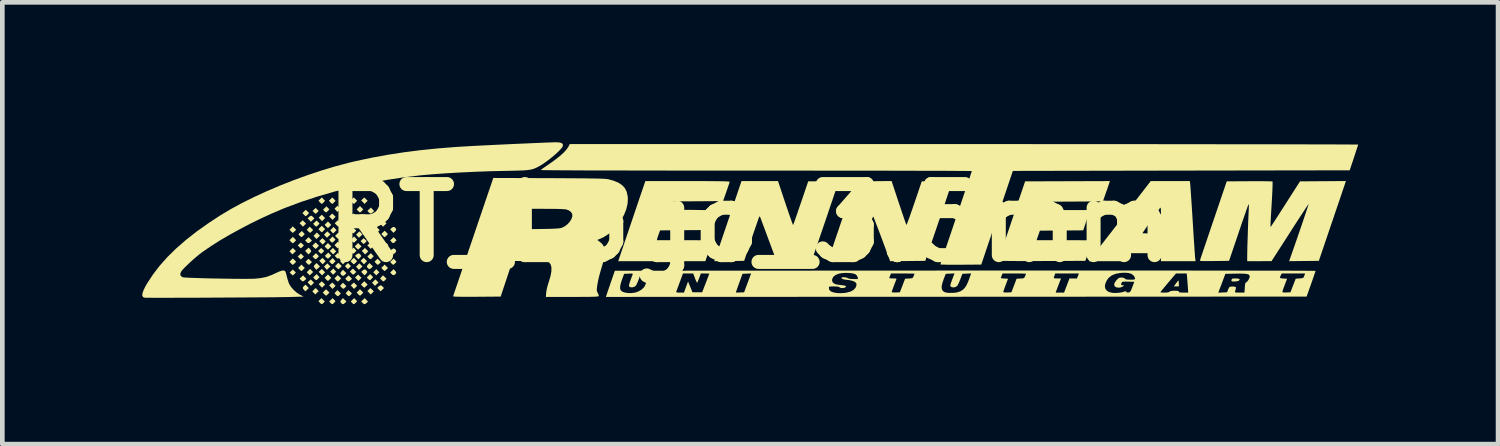
<source format=kicad_pcb>
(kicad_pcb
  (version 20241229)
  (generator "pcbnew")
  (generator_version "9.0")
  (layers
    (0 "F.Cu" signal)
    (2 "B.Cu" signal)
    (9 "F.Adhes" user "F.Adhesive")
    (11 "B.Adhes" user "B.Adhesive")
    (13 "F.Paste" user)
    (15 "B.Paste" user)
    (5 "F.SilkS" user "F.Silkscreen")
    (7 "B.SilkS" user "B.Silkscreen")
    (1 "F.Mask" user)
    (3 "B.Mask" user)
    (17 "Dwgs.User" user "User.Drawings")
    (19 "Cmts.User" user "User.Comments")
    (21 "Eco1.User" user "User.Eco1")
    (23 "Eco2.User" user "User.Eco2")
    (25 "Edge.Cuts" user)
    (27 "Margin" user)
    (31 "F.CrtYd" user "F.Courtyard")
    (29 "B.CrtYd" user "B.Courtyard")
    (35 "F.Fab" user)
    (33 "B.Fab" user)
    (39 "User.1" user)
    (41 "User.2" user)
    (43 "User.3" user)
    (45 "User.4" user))
  (footprint "RT_Logo_3.5mm"
    (layer "F.Cu")
    (at 13.028 1.73)
    (property "Reference" "RT_Logo_3.5mm" (at 0 0 0) (layer "F.SilkS") (effects (font (size 1.524 1.524) (thickness 0.3))))
    (attr board_only exclude_from_pos_files exclude_from_bom)
    (fp_poly (pts (xy -8.862 0.153) (xy -8.937 0.225) (xy -9 0.158) (xy -8.929 0.086)) (stroke (width 0) (type solid)) (fill yes) (layer "F.SilkS"))
    (fp_poly (pts (xy -9.381 1.246) (xy -9.346 1.281) (xy -9.412 1.348) (xy -9.484 1.273) (xy -9.417 1.21)) (stroke (width 0) (type solid)) (fill yes) (layer "F.SilkS"))
    (fp_poly (pts (xy -9.095 0.819) (xy -9.128 0.852) (xy -9.161 0.886) (xy -9.233 0.811) (xy -9.166 0.748)) (stroke (width 0) (type solid)) (fill yes) (layer "F.SilkS"))
    (fp_poly (pts (xy -8.457 1.312) (xy -8.421 1.347) (xy -8.488 1.414) (xy -8.559 1.339) (xy -8.492 1.276)) (stroke (width 0) (type solid)) (fill yes) (layer "F.SilkS"))
    (fp_poly (pts (xy -8.341 0.899) (xy -8.308 0.932) (xy -8.383 1.004) (xy -8.446 0.937) (xy -8.374 0.866)) (stroke (width 0) (type solid)) (fill yes) (layer "F.SilkS"))
    (fp_poly (pts (xy -8.232 -0.511) (xy -8.196 -0.476) (xy -8.263 -0.409) (xy -8.335 -0.484) (xy -8.268 -0.547)) (stroke (width 0) (type solid)) (fill yes) (layer "F.SilkS"))
    (fp_poly (pts (xy -9.734 0.602) (xy -9.772 0.638) (xy -9.809 0.674) (xy -9.841 0.64) (xy -9.872 0.607) (xy -9.801 0.536)) (stroke (width 0) (type solid)) (fill yes) (layer "F.SilkS"))
    (fp_poly (pts (xy -9.517 0.013) (xy -9.584 0.08) (xy -9.62 0.042) (xy -9.656 0.005) (xy -9.622 -0.027) (xy -9.589 -0.058)) (stroke (width 0) (type solid)) (fill yes) (layer "F.SilkS"))
    (fp_poly (pts (xy -9.245 1.461) (xy -9.32 1.532) (xy -9.352 1.499) (xy -9.383 1.465) (xy -9.348 1.43) (xy -9.312 1.394)) (stroke (width 0) (type solid)) (fill yes) (layer "F.SilkS"))
    (fp_poly (pts (xy -9.144 1.021) (xy -9.108 1.057) (xy -9.174 1.123) (xy -9.246 1.048) (xy -9.213 1.017) (xy -9.179 0.985)) (stroke (width 0) (type solid)) (fill yes) (layer "F.SilkS"))
    (fp_poly (pts (xy -9.13 0.361) (xy -9.095 0.396) (xy -9.128 0.43) (xy -9.161 0.463) (xy -9.233 0.388) (xy -9.166 0.325)) (stroke (width 0) (type solid)) (fill yes) (layer "F.SilkS"))
    (fp_poly (pts (xy -9.028 0.899) (xy -8.994 0.932) (xy -9.069 1.004) (xy -9.132 0.937) (xy -9.097 0.901) (xy -9.061 0.866)) (stroke (width 0) (type solid)) (fill yes) (layer "F.SilkS"))
    (fp_poly (pts (xy -8.906 0.572) (xy -8.87 0.608) (xy -8.903 0.641) (xy -8.937 0.674) (xy -9.008 0.599) (xy -8.941 0.536)) (stroke (width 0) (type solid)) (fill yes) (layer "F.SilkS"))
    (fp_poly (pts (xy -8.883 1.347) (xy -8.917 1.381) (xy -8.95 1.414) (xy -9.022 1.339) (xy -8.988 1.307) (xy -8.955 1.276)) (stroke (width 0) (type solid)) (fill yes) (layer "F.SilkS"))
    (fp_poly (pts (xy -8.764 0.013) (xy -8.831 0.08) (xy -8.867 0.042) (xy -8.903 0.005) (xy -8.869 -0.027) (xy -8.836 -0.058)) (stroke (width 0) (type solid)) (fill yes) (layer "F.SilkS"))
    (fp_poly (pts (xy -8.651 0.589) (xy -8.726 0.661) (xy -8.757 0.627) (xy -8.789 0.594) (xy -8.753 0.558) (xy -8.718 0.522)) (stroke (width 0) (type solid)) (fill yes) (layer "F.SilkS"))
    (fp_poly (pts (xy -8.329 1.176) (xy -8.362 1.209) (xy -8.395 1.242) (xy -8.467 1.167) (xy -8.433 1.136) (xy -8.4 1.104)) (stroke (width 0) (type solid)) (fill yes) (layer "F.SilkS"))
    (fp_poly (pts (xy -8.219 0.572) (xy -8.183 0.608) (xy -8.25 0.674) (xy -8.322 0.599) (xy -8.288 0.568) (xy -8.255 0.536)) (stroke (width 0) (type solid)) (fill yes) (layer "F.SilkS"))
    (fp_poly (pts (xy -8.064 1.466) (xy -8.131 1.533) (xy -8.167 1.495) (xy -8.203 1.458) (xy -8.169 1.426) (xy -8.136 1.395)) (stroke (width 0) (type solid)) (fill yes) (layer "F.SilkS"))
    (fp_poly (pts (xy -7.978 1.024) (xy -7.946 1.057) (xy -8.012 1.123) (xy -8.044 1.09) (xy -8.076 1.056) (xy -8.01 0.99)) (stroke (width 0) (type solid)) (fill yes) (layer "F.SilkS"))
    (fp_poly (pts (xy -7.826 -0.026) (xy -7.792 0.008) (xy -7.867 0.08) (xy -7.93 0.012) (xy -7.895 -0.023) (xy -7.859 -0.059)) (stroke (width 0) (type solid)) (fill yes) (layer "F.SilkS"))
    (fp_poly (pts (xy -9.398 1.018) (xy -9.364 1.051) (xy -9.402 1.087) (xy -9.439 1.123) (xy -9.471 1.089) (xy -9.502 1.056) (xy -9.431 0.985)) (stroke (width 0) (type solid)) (fill yes) (layer "F.SilkS"))
    (fp_poly (pts (xy -9.144 -0.141) (xy -9.108 -0.106) (xy -9.141 -0.072) (xy -9.174 -0.039) (xy -9.246 -0.114) (xy -9.213 -0.146) (xy -9.179 -0.177)) (stroke (width 0) (type solid)) (fill yes) (layer "F.SilkS"))
    (fp_poly (pts (xy -9.144 1.285) (xy -9.108 1.321) (xy -9.141 1.354) (xy -9.174 1.387) (xy -9.246 1.313) (xy -9.213 1.281) (xy -9.179 1.25)) (stroke (width 0) (type solid)) (fill yes) (layer "F.SilkS"))
    (fp_poly (pts (xy -8.919 -0.168) (xy -8.883 -0.132) (xy -8.917 -0.099) (xy -8.95 -0.066) (xy -9.022 -0.14) (xy -8.988 -0.172) (xy -8.955 -0.203)) (stroke (width 0) (type solid)) (fill yes) (layer "F.SilkS"))
    (fp_poly (pts (xy -8.81 -0.337) (xy -8.778 -0.303) (xy -8.811 -0.27) (xy -8.844 -0.237) (xy -8.876 -0.271) (xy -8.908 -0.305) (xy -8.842 -0.371)) (stroke (width 0) (type solid)) (fill yes) (layer "F.SilkS"))
    (fp_poly (pts (xy -8.691 -0.509) (xy -8.66 -0.475) (xy -8.693 -0.442) (xy -8.726 -0.409) (xy -8.757 -0.442) (xy -8.789 -0.476) (xy -8.723 -0.542)) (stroke (width 0) (type solid)) (fill yes) (layer "F.SilkS"))
    (fp_poly (pts (xy -8.691 -0.178) (xy -8.66 -0.145) (xy -8.693 -0.112) (xy -8.726 -0.079) (xy -8.757 -0.112) (xy -8.789 -0.146) (xy -8.723 -0.212)) (stroke (width 0) (type solid)) (fill yes) (layer "F.SilkS"))
    (fp_poly (pts (xy -8.691 0.099) (xy -8.66 0.133) (xy -8.726 0.199) (xy -8.757 0.165) (xy -8.789 0.131) (xy -8.756 0.098) (xy -8.723 0.065)) (stroke (width 0) (type solid)) (fill yes) (layer "F.SilkS"))
    (fp_poly (pts (xy -8.691 0.35) (xy -8.66 0.384) (xy -8.726 0.45) (xy -8.757 0.416) (xy -8.789 0.382) (xy -8.756 0.349) (xy -8.723 0.316)) (stroke (width 0) (type solid)) (fill yes) (layer "F.SilkS"))
    (fp_poly (pts (xy -8.308 0.246) (xy -8.345 0.281) (xy -8.383 0.317) (xy -8.414 0.284) (xy -8.446 0.25) (xy -8.41 0.215) (xy -8.374 0.179)) (stroke (width 0) (type solid)) (fill yes) (layer "F.SilkS"))
    (fp_poly (pts (xy -8.245 0.783) (xy -8.21 0.819) (xy -8.276 0.886) (xy -8.312 0.848) (xy -8.348 0.811) (xy -8.315 0.779) (xy -8.281 0.748)) (stroke (width 0) (type solid)) (fill yes) (layer "F.SilkS"))
    (fp_poly (pts (xy -8.229 0.099) (xy -8.197 0.133) (xy -8.23 0.166) (xy -8.263 0.199) (xy -8.295 0.165) (xy -8.327 0.131) (xy -8.261 0.065)) (stroke (width 0) (type solid)) (fill yes) (layer "F.SilkS"))
    (fp_poly (pts (xy -8.083 0.272) (xy -8.121 0.308) (xy -8.158 0.344) (xy -8.189 0.31) (xy -8.221 0.277) (xy -8.185 0.241) (xy -8.15 0.205)) (stroke (width 0) (type solid)) (fill yes) (layer "F.SilkS"))
    (fp_poly (pts (xy -7.997 1.242) (xy -7.964 1.276) (xy -8.002 1.312) (xy -8.039 1.348) (xy -8.071 1.314) (xy -8.102 1.281) (xy -8.031 1.209)) (stroke (width 0) (type solid)) (fill yes) (layer "F.SilkS"))
    (fp_poly (pts (xy -9.252 0.239) (xy -9.219 0.272) (xy -9.256 0.308) (xy -9.294 0.344) (xy -9.325 0.31) (xy -9.357 0.277) (xy -9.321 0.241) (xy -9.286 0.205)) (stroke (width 0) (type solid)) (fill yes) (layer "F.SilkS"))
    (fp_poly (pts (xy -9.028 0.212) (xy -8.994 0.246) (xy -9.032 0.281) (xy -9.069 0.317) (xy -9.101 0.284) (xy -9.132 0.25) (xy -9.097 0.215) (xy -9.061 0.179)) (stroke (width 0) (type solid)) (fill yes) (layer "F.SilkS"))
    (fp_poly (pts (xy -8.903 1.01) (xy -8.871 1.044) (xy -8.904 1.077) (xy -8.937 1.11) (xy -8.969 1.076) (xy -9 1.043) (xy -8.967 1.01) (xy -8.934 0.977)) (stroke (width 0) (type solid)) (fill yes) (layer "F.SilkS"))
    (fp_poly (pts (xy -8.691 0.786) (xy -8.66 0.82) (xy -8.693 0.853) (xy -8.726 0.886) (xy -8.757 0.852) (xy -8.789 0.818) (xy -8.756 0.785) (xy -8.723 0.752)) (stroke (width 0) (type solid)) (fill yes) (layer "F.SilkS"))
    (fp_poly (pts (xy -8.586 0.892) (xy -8.554 0.925) (xy -8.587 0.958) (xy -8.62 0.991) (xy -8.652 0.958) (xy -8.683 0.924) (xy -8.65 0.891) (xy -8.617 0.858)) (stroke (width 0) (type solid)) (fill yes) (layer "F.SilkS"))
    (fp_poly (pts (xy -7.776 0.684) (xy -7.74 0.721) (xy -7.777 0.757) (xy -7.814 0.793) (xy -7.85 0.755) (xy -7.886 0.718) (xy -7.848 0.683) (xy -7.811 0.647)) (stroke (width 0) (type solid)) (fill yes) (layer "F.SilkS"))
    (fp_poly (pts (xy -9.545 0.238) (xy -9.576 0.271) (xy -9.602 0.296) (xy -9.62 0.301) (xy -9.64 0.287) (xy -9.653 0.273) (xy -9.682 0.243) (xy -9.645 0.207) (xy -9.607 0.171)) (stroke (width 0) (type solid)) (fill yes) (layer "F.SilkS"))
    (fp_poly (pts (xy -9.51 1.197) (xy -9.541 1.226) (xy -9.57 1.249) (xy -9.594 1.251) (xy -9.62 1.231) (xy -9.627 1.224) (xy -9.655 1.194) (xy -9.618 1.158) (xy -9.581 1.123)) (stroke (width 0) (type solid)) (fill yes) (layer "F.SilkS"))
    (fp_poly (pts (xy -9.493 1.358) (xy -9.457 1.395) (xy -9.532 1.466) (xy -9.561 1.436) (xy -9.584 1.406) (xy -9.586 1.382) (xy -9.566 1.356) (xy -9.559 1.35) (xy -9.528 1.321)) (stroke (width 0) (type solid)) (fill yes) (layer "F.SilkS"))
    (fp_poly (pts (xy -9.433 0.559) (xy -9.41 0.589) (xy -9.408 0.612) (xy -9.428 0.638) (xy -9.435 0.645) (xy -9.466 0.674) (xy -9.501 0.637) (xy -9.537 0.599) (xy -9.462 0.528)) (stroke (width 0) (type solid)) (fill yes) (layer "F.SilkS"))
    (fp_poly (pts (xy -9.428 0.801) (xy -9.391 0.837) (xy -9.42 0.868) (xy -9.444 0.891) (xy -9.462 0.895) (xy -9.483 0.88) (xy -9.497 0.865) (xy -9.528 0.832) (xy -9.466 0.766)) (stroke (width 0) (type solid)) (fill yes) (layer "F.SilkS"))
    (fp_poly (pts (xy -9.402 0.115) (xy -9.365 0.15) (xy -9.394 0.181) (xy -9.418 0.204) (xy -9.436 0.208) (xy -9.457 0.193) (xy -9.471 0.178) (xy -9.502 0.145) (xy -9.439 0.079)) (stroke (width 0) (type solid)) (fill yes) (layer "F.SilkS"))
    (fp_poly (pts (xy -9.391 0.378) (xy -9.422 0.407) (xy -9.452 0.43) (xy -9.475 0.432) (xy -9.501 0.412) (xy -9.508 0.405) (xy -9.537 0.375) (xy -9.499 0.339) (xy -9.462 0.304)) (stroke (width 0) (type solid)) (fill yes) (layer "F.SilkS"))
    (fp_poly (pts (xy -9.374 -0.135) (xy -9.367 -0.128) (xy -9.338 -0.097) (xy -9.376 -0.062) (xy -9.413 -0.026) (xy -9.484 -0.101) (xy -9.453 -0.13) (xy -9.423 -0.153) (xy -9.4 -0.155)) (stroke (width 0) (type solid)) (fill yes) (layer "F.SilkS"))
    (fp_poly (pts (xy -9.255 0.896) (xy -9.219 0.933) (xy -9.294 1.004) (xy -9.323 0.973) (xy -9.346 0.944) (xy -9.348 0.92) (xy -9.328 0.894) (xy -9.321 0.887) (xy -9.291 0.859)) (stroke (width 0) (type solid)) (fill yes) (layer "F.SilkS"))
    (fp_poly (pts (xy -9.241 0.713) (xy -9.272 0.746) (xy -9.298 0.771) (xy -9.316 0.776) (xy -9.336 0.762) (xy -9.349 0.749) (xy -9.378 0.718) (xy -9.341 0.683) (xy -9.304 0.647)) (stroke (width 0) (type solid)) (fill yes) (layer "F.SilkS"))
    (fp_poly (pts (xy -9.151 1.647) (xy -9.114 1.682) (xy -9.143 1.713) (xy -9.167 1.736) (xy -9.185 1.74) (xy -9.206 1.725) (xy -9.22 1.711) (xy -9.251 1.677) (xy -9.188 1.611)) (stroke (width 0) (type solid)) (fill yes) (layer "F.SilkS"))
    (fp_poly (pts (xy -9.017 -0.291) (xy -9.048 -0.258) (xy -9.074 -0.233) (xy -9.092 -0.227) (xy -9.112 -0.242) (xy -9.125 -0.255) (xy -9.153 -0.286) (xy -9.116 -0.321) (xy -9.079 -0.357)) (stroke (width 0) (type solid)) (fill yes) (layer "F.SilkS"))
    (fp_poly (pts (xy -8.885 0.357) (xy -8.916 0.39) (xy -8.941 0.415) (xy -8.96 0.42) (xy -8.98 0.406) (xy -8.993 0.392) (xy -9.021 0.362) (xy -8.984 0.326) (xy -8.947 0.29)) (stroke (width 0) (type solid)) (fill yes) (layer "F.SilkS"))
    (fp_poly (pts (xy -8.885 0.819) (xy -8.916 0.852) (xy -8.941 0.877) (xy -8.96 0.882) (xy -8.98 0.868) (xy -8.993 0.854) (xy -9.021 0.824) (xy -8.984 0.788) (xy -8.947 0.753)) (stroke (width 0) (type solid)) (fill yes) (layer "F.SilkS"))
    (fp_poly (pts (xy -8.885 1.677) (xy -8.916 1.711) (xy -8.941 1.735) (xy -8.96 1.741) (xy -8.98 1.727) (xy -8.993 1.713) (xy -9.021 1.682) (xy -8.984 1.647) (xy -8.947 1.611)) (stroke (width 0) (type solid)) (fill yes) (layer "F.SilkS"))
    (fp_poly (pts (xy -8.689 1.317) (xy -8.652 1.352) (xy -8.68 1.383) (xy -8.705 1.406) (xy -8.722 1.41) (xy -8.743 1.395) (xy -8.757 1.38) (xy -8.788 1.347) (xy -8.726 1.281)) (stroke (width 0) (type solid)) (fill yes) (layer "F.SilkS"))
    (fp_poly (pts (xy -8.575 0.664) (xy -8.551 0.694) (xy -8.55 0.718) (xy -8.569 0.744) (xy -8.576 0.751) (xy -8.607 0.779) (xy -8.643 0.742) (xy -8.678 0.705) (xy -8.604 0.634)) (stroke (width 0) (type solid)) (fill yes) (layer "F.SilkS"))
    (fp_poly (pts (xy -8.532 1.197) (xy -8.563 1.226) (xy -8.593 1.249) (xy -8.616 1.251) (xy -8.643 1.231) (xy -8.649 1.224) (xy -8.678 1.194) (xy -8.641 1.158) (xy -8.604 1.123)) (stroke (width 0) (type solid)) (fill yes) (layer "F.SilkS"))
    (fp_poly (pts (xy -8.477 0.128) (xy -8.44 0.163) (xy -8.469 0.194) (xy -8.493 0.217) (xy -8.511 0.221) (xy -8.532 0.206) (xy -8.546 0.192) (xy -8.577 0.159) (xy -8.515 0.092)) (stroke (width 0) (type solid)) (fill yes) (layer "F.SilkS"))
    (fp_poly (pts (xy -8.477 1.013) (xy -8.44 1.048) (xy -8.469 1.079) (xy -8.493 1.102) (xy -8.511 1.106) (xy -8.532 1.091) (xy -8.546 1.076) (xy -8.577 1.043) (xy -8.515 0.977)) (stroke (width 0) (type solid)) (fill yes) (layer "F.SilkS"))
    (fp_poly (pts (xy -8.436 0.594) (xy -8.467 0.627) (xy -8.492 0.652) (xy -8.51 0.658) (xy -8.53 0.643) (xy -8.544 0.63) (xy -8.572 0.599) (xy -8.535 0.564) (xy -8.498 0.528)) (stroke (width 0) (type solid)) (fill yes) (layer "F.SilkS"))
    (fp_poly (pts (xy -8.422 0.357) (xy -8.453 0.39) (xy -8.479 0.415) (xy -8.497 0.42) (xy -8.517 0.406) (xy -8.53 0.392) (xy -8.559 0.362) (xy -8.522 0.326) (xy -8.485 0.29)) (stroke (width 0) (type solid)) (fill yes) (layer "F.SilkS"))
    (fp_poly (pts (xy -8.422 1.677) (xy -8.453 1.711) (xy -8.479 1.735) (xy -8.497 1.741) (xy -8.517 1.727) (xy -8.53 1.713) (xy -8.559 1.682) (xy -8.522 1.647) (xy -8.485 1.611)) (stroke (width 0) (type solid)) (fill yes) (layer "F.SilkS"))
    (fp_poly (pts (xy -8.363 -0.009) (xy -8.34 0.021) (xy -8.338 0.044) (xy -8.358 0.07) (xy -8.365 0.077) (xy -8.396 0.106) (xy -8.431 0.069) (xy -8.467 0.031) (xy -8.392 -0.04)) (stroke (width 0) (type solid)) (fill yes) (layer "F.SilkS"))
    (fp_poly (pts (xy -8.189 1.686) (xy -8.22 1.715) (xy -8.25 1.738) (xy -8.273 1.74) (xy -8.299 1.72) (xy -8.306 1.713) (xy -8.335 1.682) (xy -8.297 1.647) (xy -8.26 1.611)) (stroke (width 0) (type solid)) (fill yes) (layer "F.SilkS"))
    (fp_poly (pts (xy -8.093 0.446) (xy -8.086 0.453) (xy -8.057 0.484) (xy -8.131 0.555) (xy -8.167 0.518) (xy -8.203 0.48) (xy -8.172 0.452) (xy -8.142 0.428) (xy -8.119 0.426)) (stroke (width 0) (type solid)) (fill yes) (layer "F.SilkS"))
    (fp_poly (pts (xy -8.079 0.013) (xy -8.11 0.046) (xy -8.136 0.071) (xy -8.154 0.076) (xy -8.174 0.062) (xy -8.187 0.049) (xy -8.216 0.018) (xy -8.179 -0.017) (xy -8.141 -0.053)) (stroke (width 0) (type solid)) (fill yes) (layer "F.SilkS"))
    (fp_poly (pts (xy -8.079 1.162) (xy -8.11 1.195) (xy -8.136 1.22) (xy -8.154 1.226) (xy -8.174 1.211) (xy -8.187 1.198) (xy -8.216 1.167) (xy -8.179 1.132) (xy -8.141 1.096)) (stroke (width 0) (type solid)) (fill yes) (layer "F.SilkS"))
    (fp_poly (pts (xy -8.066 0.713) (xy -8.097 0.746) (xy -8.123 0.771) (xy -8.141 0.776) (xy -8.161 0.762) (xy -8.174 0.749) (xy -8.202 0.718) (xy -8.165 0.683) (xy -8.128 0.647)) (stroke (width 0) (type solid)) (fill yes) (layer "F.SilkS"))
    (fp_poly (pts (xy -8.057 -0.256) (xy -8.088 -0.227) (xy -8.118 -0.204) (xy -8.141 -0.202) (xy -8.167 -0.222) (xy -8.174 -0.229) (xy -8.202 -0.259) (xy -8.165 -0.295) (xy -8.128 -0.33)) (stroke (width 0) (type solid)) (fill yes) (layer "F.SilkS"))
    (fp_poly (pts (xy -7.938 0.154) (xy -7.969 0.182) (xy -7.999 0.206) (xy -8.022 0.208) (xy -8.048 0.188) (xy -8.055 0.181) (xy -8.084 0.15) (xy -8.047 0.115) (xy -8.009 0.079)) (stroke (width 0) (type solid)) (fill yes) (layer "F.SilkS"))
    (fp_poly (pts (xy -7.881 1.358) (xy -7.875 1.365) (xy -7.846 1.395) (xy -7.883 1.431) (xy -7.92 1.466) (xy -7.991 1.392) (xy -7.961 1.363) (xy -7.931 1.34) (xy -7.907 1.338)) (stroke (width 0) (type solid)) (fill yes) (layer "F.SilkS"))
    (fp_poly (pts (xy -7.83 1.158) (xy -7.793 1.194) (xy -7.822 1.224) (xy -7.846 1.248) (xy -7.864 1.252) (xy -7.885 1.236) (xy -7.899 1.222) (xy -7.93 1.189) (xy -7.867 1.122)) (stroke (width 0) (type solid)) (fill yes) (layer "F.SilkS"))
    (fp_poly (pts (xy 9.189 1.241) (xy 9.192 1.269) (xy 9.193 1.294) (xy 9.193 1.36) (xy 9.086 1.36) (xy 9.129 1.3) (xy 9.155 1.266) (xy 9.175 1.241) (xy 9.183 1.233)) (stroke (width 0) (type solid)) (fill yes) (layer "F.SilkS"))
    (fp_poly (pts (xy -9.729 0.831) (xy -9.761 0.865) (xy -9.784 0.887) (xy -9.8 0.898) (xy -9.801 0.898) (xy -9.815 0.889) (xy -9.837 0.868) (xy -9.841 0.865) (xy -9.872 0.831) (xy -9.801 0.76)) (stroke (width 0) (type solid)) (fill yes) (layer "F.SilkS"))
    (fp_poly (pts (xy -9.452 -0.212) (xy -9.483 -0.179) (xy -9.507 -0.156) (xy -9.522 -0.145) (xy -9.523 -0.145) (xy -9.537 -0.154) (xy -9.56 -0.175) (xy -9.563 -0.179) (xy -9.595 -0.212) (xy -9.523 -0.283)) (stroke (width 0) (type solid)) (fill yes) (layer "F.SilkS"))
    (fp_poly (pts (xy -9.259 -0.02) (xy -9.228 0.013) (xy -9.259 0.046) (xy -9.285 0.071) (xy -9.303 0.076) (xy -9.323 0.062) (xy -9.336 0.049) (xy -9.365 0.018) (xy -9.328 -0.017) (xy -9.29 -0.053)) (stroke (width 0) (type solid)) (fill yes) (layer "F.SilkS"))
    (fp_poly (pts (xy -9.259 1.129) (xy -9.228 1.162) (xy -9.259 1.195) (xy -9.285 1.22) (xy -9.303 1.226) (xy -9.323 1.211) (xy -9.336 1.198) (xy -9.365 1.167) (xy -9.328 1.132) (xy -9.29 1.096)) (stroke (width 0) (type solid)) (fill yes) (layer "F.SilkS"))
    (fp_poly (pts (xy -9.008 0.667) (xy -8.977 0.7) (xy -9.008 0.733) (xy -9.034 0.758) (xy -9.052 0.763) (xy -9.072 0.749) (xy -9.085 0.736) (xy -9.114 0.705) (xy -9.077 0.669) (xy -9.04 0.634)) (stroke (width 0) (type solid)) (fill yes) (layer "F.SilkS"))
    (fp_poly (pts (xy -8.977 0.039) (xy -9.008 0.072) (xy -9.031 0.095) (xy -9.047 0.105) (xy -9.048 0.106) (xy -9.062 0.097) (xy -9.085 0.076) (xy -9.088 0.072) (xy -9.119 0.039) (xy -9.048 -0.032)) (stroke (width 0) (type solid)) (fill yes) (layer "F.SilkS"))
    (fp_poly (pts (xy -8.808 1.475) (xy -8.77 1.511) (xy -8.799 1.541) (xy -8.824 1.565) (xy -8.841 1.569) (xy -8.862 1.553) (xy -8.876 1.539) (xy -8.907 1.506) (xy -8.876 1.473) (xy -8.845 1.439)) (stroke (width 0) (type solid)) (fill yes) (layer "F.SilkS"))
    (fp_poly (pts (xy -8.581 0.248) (xy -8.546 0.286) (xy -8.576 0.315) (xy -8.606 0.338) (xy -8.63 0.34) (xy -8.656 0.32) (xy -8.662 0.313) (xy -8.691 0.282) (xy -8.654 0.247) (xy -8.617 0.211)) (stroke (width 0) (type solid)) (fill yes) (layer "F.SilkS"))
    (fp_poly (pts (xy -8.57 1.475) (xy -8.533 1.511) (xy -8.561 1.541) (xy -8.586 1.565) (xy -8.604 1.569) (xy -8.624 1.553) (xy -8.638 1.539) (xy -8.669 1.506) (xy -8.638 1.473) (xy -8.607 1.439)) (stroke (width 0) (type solid)) (fill yes) (layer "F.SilkS"))
    (fp_poly (pts (xy -8.568 -0.029) (xy -8.561 -0.022) (xy -8.533 0.008) (xy -8.57 0.044) (xy -8.607 0.079) (xy -8.643 0.042) (xy -8.678 0.005) (xy -8.648 -0.024) (xy -8.618 -0.047) (xy -8.594 -0.049)) (stroke (width 0) (type solid)) (fill yes) (layer "F.SilkS"))
    (fp_poly (pts (xy -8.24 1.001) (xy -8.212 1.031) (xy -8.21 1.034) (xy -8.205 1.054) (xy -8.218 1.077) (xy -8.23 1.09) (xy -8.263 1.123) (xy -8.335 1.048) (xy -8.301 1.017) (xy -8.269 0.996)) (stroke (width 0) (type solid)) (fill yes) (layer "F.SilkS"))
    (fp_poly (pts (xy -7.949 0.339) (xy -7.912 0.375) (xy -7.941 0.405) (xy -7.965 0.429) (xy -7.983 0.433) (xy -8.004 0.417) (xy -8.018 0.403) (xy -8.049 0.37) (xy -8.017 0.337) (xy -7.986 0.304)) (stroke (width 0) (type solid)) (fill yes) (layer "F.SilkS"))
    (fp_poly (pts (xy -7.949 0.801) (xy -7.912 0.837) (xy -7.941 0.868) (xy -7.965 0.891) (xy -7.983 0.895) (xy -8.004 0.88) (xy -8.018 0.865) (xy -8.049 0.832) (xy -8.017 0.799) (xy -7.986 0.766)) (stroke (width 0) (type solid)) (fill yes) (layer "F.SilkS"))
    (fp_poly (pts (xy -7.881 -0.254) (xy -7.875 -0.247) (xy -7.846 -0.216) (xy -7.883 -0.181) (xy -7.92 -0.145) (xy -7.956 -0.182) (xy -7.991 -0.22) (xy -7.961 -0.249) (xy -7.931 -0.272) (xy -7.907 -0.274)) (stroke (width 0) (type solid)) (fill yes) (layer "F.SilkS"))
    (fp_poly (pts (xy -7.791 0.433) (xy -7.763 0.463) (xy -7.761 0.466) (xy -7.756 0.486) (xy -7.768 0.509) (xy -7.781 0.522) (xy -7.814 0.555) (xy -7.886 0.48) (xy -7.852 0.449) (xy -7.82 0.428)) (stroke (width 0) (type solid)) (fill yes) (layer "F.SilkS"))
    (fp_poly (pts (xy -7.619 0.089) (xy -7.591 0.12) (xy -7.589 0.123) (xy -7.584 0.143) (xy -7.597 0.165) (xy -7.609 0.178) (xy -7.642 0.212) (xy -7.714 0.137) (xy -7.68 0.105) (xy -7.648 0.085)) (stroke (width 0) (type solid)) (fill yes) (layer "F.SilkS"))
    (fp_poly (pts (xy -7.619 0.552) (xy -7.591 0.582) (xy -7.589 0.585) (xy -7.584 0.605) (xy -7.597 0.628) (xy -7.609 0.641) (xy -7.642 0.674) (xy -7.714 0.599) (xy -7.68 0.568) (xy -7.648 0.547)) (stroke (width 0) (type solid)) (fill yes) (layer "F.SilkS"))
    (fp_poly (pts (xy -7.608 0.337) (xy -7.577 0.37) (xy -7.608 0.403) (xy -7.634 0.428) (xy -7.652 0.433) (xy -7.672 0.419) (xy -7.685 0.405) (xy -7.714 0.375) (xy -7.677 0.339) (xy -7.639 0.304)) (stroke (width 0) (type solid)) (fill yes) (layer "F.SilkS"))
    (fp_poly (pts (xy -7.608 0.799) (xy -7.577 0.832) (xy -7.608 0.865) (xy -7.634 0.89) (xy -7.652 0.895) (xy -7.672 0.881) (xy -7.685 0.868) (xy -7.714 0.837) (xy -7.677 0.801) (xy -7.639 0.766)) (stroke (width 0) (type solid)) (fill yes) (layer "F.SilkS"))
    (fp_poly (pts (xy -9.144 0.096) (xy -9.109 0.131) (xy -9.14 0.165) (xy -9.163 0.187) (xy -9.179 0.198) (xy -9.18 0.198) (xy -9.194 0.189) (xy -9.217 0.168) (xy -9.22 0.165) (xy -9.251 0.131) (xy -9.18 0.06)) (stroke (width 0) (type solid)) (fill yes) (layer "F.SilkS"))
    (fp_poly (pts (xy -9.109 -0.476) (xy -9.14 -0.443) (xy -9.163 -0.42) (xy -9.179 -0.41) (xy -9.18 -0.409) (xy -9.194 -0.418) (xy -9.217 -0.439) (xy -9.22 -0.443) (xy -9.251 -0.476) (xy -9.216 -0.512) (xy -9.18 -0.548)) (stroke (width 0) (type solid)) (fill yes) (layer "F.SilkS"))
    (fp_poly (pts (xy -9.016 1.492) (xy -9.048 1.525) (xy -9.071 1.548) (xy -9.086 1.558) (xy -9.087 1.559) (xy -9.101 1.55) (xy -9.124 1.529) (xy -9.127 1.525) (xy -9.159 1.492) (xy -9.123 1.456) (xy -9.087 1.421)) (stroke (width 0) (type solid)) (fill yes) (layer "F.SilkS"))
    (fp_poly (pts (xy -8.884 -0.476) (xy -8.915 -0.443) (xy -8.939 -0.42) (xy -8.954 -0.41) (xy -8.955 -0.409) (xy -8.969 -0.418) (xy -8.992 -0.439) (xy -8.995 -0.443) (xy -9.027 -0.476) (xy -8.991 -0.512) (xy -8.955 -0.548)) (stroke (width 0) (type solid)) (fill yes) (layer "F.SilkS"))
    (fp_poly (pts (xy -8.765 0.475) (xy -8.797 0.508) (xy -8.82 0.531) (xy -8.835 0.541) (xy -8.837 0.542) (xy -8.85 0.533) (xy -8.873 0.512) (xy -8.876 0.508) (xy -8.908 0.475) (xy -8.872 0.439) (xy -8.837 0.403)) (stroke (width 0) (type solid)) (fill yes) (layer "F.SilkS"))
    (fp_poly (pts (xy -8.689 1.039) (xy -8.652 1.075) (xy -8.68 1.105) (xy -8.711 1.131) (xy -8.736 1.132) (xy -8.762 1.112) (xy -8.78 1.087) (xy -8.779 1.066) (xy -8.759 1.039) (xy -8.755 1.034) (xy -8.726 1.004)) (stroke (width 0) (type solid)) (fill yes) (layer "F.SilkS"))
    (fp_poly (pts (xy -8.689 1.647) (xy -8.652 1.682) (xy -8.68 1.713) (xy -8.711 1.738) (xy -8.736 1.74) (xy -8.762 1.719) (xy -8.78 1.695) (xy -8.779 1.674) (xy -8.759 1.647) (xy -8.755 1.642) (xy -8.726 1.611)) (stroke (width 0) (type solid)) (fill yes) (layer "F.SilkS"))
    (fp_poly (pts (xy -8.457 -0.512) (xy -8.422 -0.476) (xy -8.453 -0.443) (xy -8.476 -0.42) (xy -8.492 -0.41) (xy -8.493 -0.409) (xy -8.507 -0.418) (xy -8.53 -0.439) (xy -8.533 -0.443) (xy -8.564 -0.476) (xy -8.493 -0.548)) (stroke (width 0) (type solid)) (fill yes) (layer "F.SilkS"))
    (fp_poly (pts (xy -8.372 0.657) (xy -8.344 0.688) (xy -8.342 0.691) (xy -8.337 0.711) (xy -8.35 0.733) (xy -8.362 0.746) (xy -8.395 0.78) (xy -8.431 0.742) (xy -8.467 0.705) (xy -8.433 0.673) (xy -8.401 0.653)) (stroke (width 0) (type solid)) (fill yes) (layer "F.SilkS"))
    (fp_poly (pts (xy -8.325 1.456) (xy -8.29 1.492) (xy -8.321 1.525) (xy -8.344 1.548) (xy -8.36 1.558) (xy -8.361 1.559) (xy -8.375 1.55) (xy -8.398 1.529) (xy -8.401 1.525) (xy -8.432 1.492) (xy -8.361 1.421)) (stroke (width 0) (type solid)) (fill yes) (layer "F.SilkS"))
    (fp_poly (pts (xy -8.233 1.284) (xy -8.197 1.32) (xy -8.229 1.354) (xy -8.252 1.376) (xy -8.268 1.387) (xy -8.269 1.387) (xy -8.282 1.378) (xy -8.305 1.357) (xy -8.309 1.354) (xy -8.34 1.32) (xy -8.269 1.249)) (stroke (width 0) (type solid)) (fill yes) (layer "F.SilkS"))
    (fp_poly (pts (xy -8.121 0.894) (xy -8.084 0.93) (xy -8.112 0.96) (xy -8.143 0.985) (xy -8.168 0.987) (xy -8.194 0.966) (xy -8.212 0.942) (xy -8.211 0.921) (xy -8.192 0.894) (xy -8.187 0.889) (xy -8.158 0.858)) (stroke (width 0) (type solid)) (fill yes) (layer "F.SilkS"))
    (fp_poly (pts (xy -9.768 1.03) (xy -9.735 1.061) (xy -9.763 1.092) (xy -9.786 1.113) (xy -9.8 1.123) (xy -9.801 1.123) (xy -9.815 1.114) (xy -9.837 1.093) (xy -9.838 1.092) (xy -9.867 1.061) (xy -9.834 1.03) (xy -9.801 0.999)) (stroke (width 0) (type solid)) (fill yes) (layer "F.SilkS"))
    (fp_poly (pts (xy -9.765 0.109) (xy -9.729 0.145) (xy -9.761 0.178) (xy -9.784 0.2) (xy -9.8 0.211) (xy -9.801 0.211) (xy -9.815 0.203) (xy -9.837 0.181) (xy -9.841 0.178) (xy -9.872 0.145) (xy -9.836 0.109) (xy -9.801 0.073)) (stroke (width 0) (type solid)) (fill yes) (layer "F.SilkS"))
    (fp_poly (pts (xy -9.765 0.333) (xy -9.729 0.369) (xy -9.761 0.403) (xy -9.784 0.425) (xy -9.8 0.436) (xy -9.801 0.436) (xy -9.815 0.427) (xy -9.837 0.406) (xy -9.841 0.403) (xy -9.872 0.369) (xy -9.836 0.333) (xy -9.801 0.298)) (stroke (width 0) (type solid)) (fill yes) (layer "F.SilkS"))
    (fp_poly (pts (xy -9.596 0.449) (xy -9.563 0.48) (xy -9.592 0.511) (xy -9.614 0.532) (xy -9.629 0.542) (xy -9.629 0.542) (xy -9.643 0.533) (xy -9.665 0.512) (xy -9.666 0.511) (xy -9.695 0.48) (xy -9.662 0.449) (xy -9.629 0.418)) (stroke (width 0) (type solid)) (fill yes) (layer "F.SilkS"))
    (fp_poly (pts (xy -9.596 0.687) (xy -9.563 0.718) (xy -9.592 0.749) (xy -9.614 0.77) (xy -9.629 0.779) (xy -9.629 0.779) (xy -9.643 0.771) (xy -9.665 0.75) (xy -9.666 0.749) (xy -9.695 0.718) (xy -9.662 0.687) (xy -9.629 0.656)) (stroke (width 0) (type solid)) (fill yes) (layer "F.SilkS"))
    (fp_poly (pts (xy -9.58 0.928) (xy -9.544 0.964) (xy -9.576 0.997) (xy -9.599 1.019) (xy -9.615 1.03) (xy -9.616 1.03) (xy -9.63 1.022) (xy -9.653 1) (xy -9.656 0.997) (xy -9.687 0.964) (xy -9.651 0.928) (xy -9.616 0.892)) (stroke (width 0) (type solid)) (fill yes) (layer "F.SilkS"))
    (fp_poly (pts (xy -9.279 -0.291) (xy -9.246 -0.259) (xy -9.275 -0.229) (xy -9.297 -0.207) (xy -9.312 -0.198) (xy -9.312 -0.198) (xy -9.326 -0.207) (xy -9.348 -0.228) (xy -9.349 -0.229) (xy -9.378 -0.259) (xy -9.345 -0.291) (xy -9.312 -0.322)) (stroke (width 0) (type solid)) (fill yes) (layer "F.SilkS"))
    (fp_poly (pts (xy -9.276 0.452) (xy -9.241 0.488) (xy -9.272 0.521) (xy -9.295 0.544) (xy -9.311 0.555) (xy -9.312 0.555) (xy -9.326 0.546) (xy -9.349 0.525) (xy -9.352 0.521) (xy -9.383 0.488) (xy -9.348 0.452) (xy -9.312 0.417)) (stroke (width 0) (type solid)) (fill yes) (layer "F.SilkS"))
    (fp_poly (pts (xy -9.16 0.568) (xy -9.127 0.599) (xy -9.156 0.63) (xy -9.178 0.651) (xy -9.193 0.66) (xy -9.193 0.66) (xy -9.207 0.652) (xy -9.23 0.631) (xy -9.231 0.63) (xy -9.259 0.599) (xy -9.226 0.568) (xy -9.193 0.537)) (stroke (width 0) (type solid)) (fill yes) (layer "F.SilkS"))
    (fp_poly (pts (xy -9.012 0.466) (xy -8.977 0.501) (xy -9.008 0.535) (xy -9.031 0.557) (xy -9.047 0.568) (xy -9.048 0.568) (xy -9.062 0.559) (xy -9.085 0.538) (xy -9.088 0.535) (xy -9.119 0.501) (xy -9.084 0.466) (xy -9.048 0.43)) (stroke (width 0) (type solid)) (fill yes) (layer "F.SilkS"))
    (fp_poly (pts (xy -9.012 1.139) (xy -8.977 1.175) (xy -9.008 1.208) (xy -9.031 1.231) (xy -9.047 1.241) (xy -9.048 1.242) (xy -9.062 1.233) (xy -9.085 1.212) (xy -9.088 1.208) (xy -9.119 1.175) (xy -9.084 1.139) (xy -9.048 1.104)) (stroke (width 0) (type solid)) (fill yes) (layer "F.SilkS"))
    (fp_poly (pts (xy -8.803 0.674) (xy -8.77 0.705) (xy -8.799 0.735) (xy -8.822 0.757) (xy -8.836 0.766) (xy -8.837 0.766) (xy -8.851 0.757) (xy -8.873 0.736) (xy -8.874 0.735) (xy -8.903 0.705) (xy -8.87 0.674) (xy -8.837 0.643)) (stroke (width 0) (type solid)) (fill yes) (layer "F.SilkS"))
    (fp_poly (pts (xy -8.801 1.152) (xy -8.765 1.188) (xy -8.797 1.221) (xy -8.82 1.244) (xy -8.835 1.255) (xy -8.837 1.255) (xy -8.85 1.246) (xy -8.873 1.225) (xy -8.876 1.221) (xy -8.908 1.188) (xy -8.872 1.152) (xy -8.837 1.117)) (stroke (width 0) (type solid)) (fill yes) (layer "F.SilkS"))
    (fp_poly (pts (xy -8.788 0.241) (xy -8.752 0.277) (xy -8.783 0.31) (xy -8.807 0.332) (xy -8.822 0.343) (xy -8.823 0.343) (xy -8.837 0.335) (xy -8.86 0.313) (xy -8.863 0.31) (xy -8.895 0.277) (xy -8.859 0.241) (xy -8.823 0.205)) (stroke (width 0) (type solid)) (fill yes) (layer "F.SilkS"))
    (fp_poly (pts (xy -8.788 0.888) (xy -8.752 0.924) (xy -8.783 0.957) (xy -8.807 0.98) (xy -8.822 0.99) (xy -8.823 0.991) (xy -8.837 0.982) (xy -8.86 0.961) (xy -8.863 0.957) (xy -8.895 0.924) (xy -8.859 0.888) (xy -8.823 0.853)) (stroke (width 0) (type solid)) (fill yes) (layer "F.SilkS"))
    (fp_poly (pts (xy -8.575 0.44) (xy -8.551 0.47) (xy -8.549 0.494) (xy -8.568 0.518) (xy -8.57 0.52) (xy -8.597 0.538) (xy -8.62 0.536) (xy -8.648 0.513) (xy -8.649 0.511) (xy -8.678 0.48) (xy -8.641 0.445) (xy -8.604 0.409)) (stroke (width 0) (type solid)) (fill yes) (layer "F.SilkS"))
    (fp_poly (pts (xy -8.563 -0.34) (xy -8.527 -0.305) (xy -8.559 -0.271) (xy -8.582 -0.249) (xy -8.598 -0.238) (xy -8.599 -0.238) (xy -8.613 -0.246) (xy -8.635 -0.268) (xy -8.639 -0.271) (xy -8.67 -0.305) (xy -8.634 -0.34) (xy -8.599 -0.376)) (stroke (width 0) (type solid)) (fill yes) (layer "F.SilkS"))
    (fp_poly (pts (xy -8.46 -0.172) (xy -8.427 -0.141) (xy -8.456 -0.11) (xy -8.478 -0.089) (xy -8.493 -0.079) (xy -8.493 -0.079) (xy -8.507 -0.088) (xy -8.53 -0.109) (xy -8.53 -0.11) (xy -8.559 -0.141) (xy -8.526 -0.172) (xy -8.493 -0.203)) (stroke (width 0) (type solid)) (fill yes) (layer "F.SilkS"))
    (fp_poly (pts (xy -8.457 0.783) (xy -8.422 0.818) (xy -8.453 0.852) (xy -8.476 0.874) (xy -8.492 0.885) (xy -8.493 0.885) (xy -8.507 0.876) (xy -8.53 0.855) (xy -8.533 0.852) (xy -8.564 0.818) (xy -8.529 0.783) (xy -8.493 0.747)) (stroke (width 0) (type solid)) (fill yes) (layer "F.SilkS"))
    (fp_poly (pts (xy -8.365 0.466) (xy -8.329 0.501) (xy -8.361 0.535) (xy -8.384 0.557) (xy -8.4 0.568) (xy -8.401 0.568) (xy -8.415 0.559) (xy -8.437 0.538) (xy -8.441 0.535) (xy -8.472 0.501) (xy -8.436 0.466) (xy -8.401 0.43)) (stroke (width 0) (type solid)) (fill yes) (layer "F.SilkS"))
    (fp_poly (pts (xy -8.325 -0.327) (xy -8.29 -0.291) (xy -8.321 -0.258) (xy -8.344 -0.236) (xy -8.36 -0.225) (xy -8.361 -0.225) (xy -8.375 -0.233) (xy -8.398 -0.255) (xy -8.401 -0.258) (xy -8.432 -0.291) (xy -8.397 -0.327) (xy -8.361 -0.363)) (stroke (width 0) (type solid)) (fill yes) (layer "F.SilkS"))
    (fp_poly (pts (xy -8.249 0.357) (xy -8.216 0.388) (xy -8.244 0.418) (xy -8.267 0.44) (xy -8.281 0.449) (xy -8.282 0.449) (xy -8.296 0.44) (xy -8.318 0.419) (xy -8.319 0.418) (xy -8.348 0.388) (xy -8.315 0.357) (xy -8.282 0.326)) (stroke (width 0) (type solid)) (fill yes) (layer "F.SilkS"))
    (fp_poly (pts (xy -8.233 -0.142) (xy -8.197 -0.106) (xy -8.229 -0.073) (xy -8.252 -0.051) (xy -8.268 -0.04) (xy -8.269 -0.04) (xy -8.282 -0.048) (xy -8.305 -0.07) (xy -8.309 -0.073) (xy -8.34 -0.106) (xy -8.304 -0.142) (xy -8.269 -0.178)) (stroke (width 0) (type solid)) (fill yes) (layer "F.SilkS"))
    (fp_poly (pts (xy -7.998 -0.132) (xy -7.965 -0.101) (xy -7.993 -0.07) (xy -8.016 -0.049) (xy -8.03 -0.04) (xy -8.031 -0.04) (xy -8.045 -0.048) (xy -8.067 -0.069) (xy -8.068 -0.07) (xy -8.097 -0.101) (xy -8.064 -0.132) (xy -8.031 -0.163)) (stroke (width 0) (type solid)) (fill yes) (layer "F.SilkS"))
    (fp_poly (pts (xy -7.945 0.568) (xy -7.912 0.599) (xy -7.941 0.63) (xy -7.963 0.651) (xy -7.978 0.66) (xy -7.978 0.66) (xy -7.992 0.652) (xy -8.014 0.631) (xy -8.015 0.63) (xy -8.044 0.599) (xy -8.011 0.568) (xy -7.978 0.537)) (stroke (width 0) (type solid)) (fill yes) (layer "F.SilkS"))
    (fp_poly (pts (xy -7.797 0.201) (xy -7.761 0.237) (xy -7.793 0.27) (xy -7.816 0.293) (xy -7.832 0.304) (xy -7.833 0.304) (xy -7.847 0.295) (xy -7.869 0.274) (xy -7.873 0.27) (xy -7.904 0.237) (xy -7.868 0.201) (xy -7.833 0.166)) (stroke (width 0) (type solid)) (fill yes) (layer "F.SilkS"))
    (fp_poly (pts (xy -7.797 0.928) (xy -7.761 0.964) (xy -7.793 0.997) (xy -7.816 1.019) (xy -7.832 1.03) (xy -7.833 1.03) (xy -7.847 1.022) (xy -7.869 1) (xy -7.873 0.997) (xy -7.904 0.964) (xy -7.868 0.928) (xy -7.833 0.892)) (stroke (width 0) (type solid)) (fill yes) (layer "F.SilkS"))
    (fp_poly (pts (xy -7.611 1.021) (xy -7.587 1.052) (xy -7.585 1.075) (xy -7.604 1.099) (xy -7.606 1.101) (xy -7.633 1.119) (xy -7.656 1.117) (xy -7.684 1.094) (xy -7.685 1.092) (xy -7.714 1.062) (xy -7.677 1.026) (xy -7.639 0.99)) (stroke (width 0) (type solid)) (fill yes) (layer "F.SilkS"))
    (fp_poly (pts (xy 10.448 1.191) (xy 10.48 1.196) (xy 10.495 1.204) (xy 10.495 1.223) (xy 10.473 1.24) (xy 10.435 1.251) (xy 10.385 1.255) (xy 10.343 1.254) (xy 10.323 1.249) (xy 10.32 1.239) (xy 10.321 1.234) (xy 10.328 1.209) (xy 10.329 1.201) (xy 10.341 1.194) (xy 10.37 1.19) (xy 10.409 1.189)) (stroke (width 0) (type solid)) (fill yes) (layer "F.SilkS"))
    (fp_poly (pts (xy 7.706 -0.869) (xy 7.699 -0.846) (xy 7.684 -0.804) (xy 7.665 -0.747) (xy 7.642 -0.681) (xy 7.631 -0.651) (xy 7.566 -0.463) (xy 6.998 -0.459) (xy 6.43 -0.456) (xy 6.405 -0.39) (xy 6.389 -0.348) (xy 6.376 -0.313) (xy 6.372 -0.3) (xy 6.372 -0.294) (xy 6.376 -0.289) (xy 6.387 -0.286) (xy 6.408 -0.283) (xy 6.442 -0.28) (xy 6.49 -0.279) (xy 6.556 -0.278) (xy 6.641 -0.278) (xy 6.749 -0.277) (xy 6.827 -0.277) (xy 7.289 -0.277) (xy 7.144 0.158) (xy 6.679 0.162) (xy 6.215 0.165) (xy 6.143 0.37) (xy 6.743 0.37) (xy 6.867 0.37) (xy 6.981 0.37) (xy 7.085 0.37) (xy 7.174 0.371) (xy 7.248 0.371) (xy 7.302 0.372) (xy 7.335 0.373) (xy 7.344 0.373) (xy 7.339 0.386) (xy 7.328 0.42) (xy 7.31 0.47) (xy 7.288 0.533) (xy 7.266 0.594) (xy 7.189 0.812) (xy 6.256 0.816) (xy 6.102 0.816) (xy 5.955 0.816) (xy 5.819 0.816) (xy 5.695 0.816) (xy 5.585 0.815) (xy 5.492 0.814) (xy 5.417 0.813) (xy 5.363 0.812) (xy 5.331 0.81) (xy 5.324 0.809) (xy 5.328 0.795) (xy 5.34 0.758) (xy 5.359 0.701) (xy 5.385 0.624) (xy 5.416 0.531) (xy 5.453 0.423) (xy 5.493 0.302) (xy 5.538 0.171) (xy 5.585 0.032) (xy 5.611 -0.046) (xy 5.898 -0.892) (xy 6.807 -0.895) (xy 7.716 -0.898)) (stroke (width 0) (type solid)) (fill yes) (layer "F.SilkS"))
    (fp_poly (pts (xy 9.437 -0.842) (xy 9.439 -0.819) (xy 9.442 -0.771) (xy 9.447 -0.703) (xy 9.453 -0.616) (xy 9.46 -0.513) (xy 9.468 -0.397) (xy 9.476 -0.27) (xy 9.485 -0.134) (xy 9.49 -0.046) (xy 9.499 0.093) (xy 9.507 0.226) (xy 9.515 0.35) (xy 9.523 0.462) (xy 9.529 0.561) (xy 9.535 0.642) (xy 9.539 0.704) (xy 9.542 0.744) (xy 9.544 0.756) (xy 9.551 0.819) (xy 8.81 0.819) (xy 8.81 0.647) (xy 8.457 0.648) (xy 8.103 0.648) (xy 7.988 0.819) (xy 7.263 0.819) (xy 7.373 0.676) (xy 7.4 0.641) (xy 7.441 0.587) (xy 7.496 0.517) (xy 7.561 0.432) (xy 7.636 0.335) (xy 7.719 0.228) (xy 7.727 0.219) (xy 8.414 0.219) (xy 8.426 0.221) (xy 8.461 0.222) (xy 8.512 0.224) (xy 8.576 0.224) (xy 8.612 0.225) (xy 8.81 0.225) (xy 8.81 -0.061) (xy 8.81 -0.155) (xy 8.81 -0.225) (xy 8.809 -0.274) (xy 8.807 -0.306) (xy 8.804 -0.323) (xy 8.799 -0.328) (xy 8.793 -0.324) (xy 8.786 -0.315) (xy 8.768 -0.291) (xy 8.739 -0.251) (xy 8.703 -0.2) (xy 8.66 -0.139) (xy 8.615 -0.074) (xy 8.568 -0.008) (xy 8.524 0.056) (xy 8.484 0.114) (xy 8.451 0.163) (xy 8.427 0.198) (xy 8.415 0.217) (xy 8.414 0.219) (xy 7.727 0.219) (xy 7.808 0.113) (xy 7.901 -0.007) (xy 7.997 -0.131) (xy 8.037 -0.182) (xy 8.591 -0.898) (xy 9.429 -0.898)) (stroke (width 0) (type solid)) (fill yes) (layer "F.SilkS"))
    (fp_poly (pts (xy -1.156 -0.898) (xy -0.998 -0.898) (xy -0.863 -0.897) (xy -0.75 -0.896) (xy -0.656 -0.895) (xy -0.582 -0.894) (xy -0.525 -0.892) (xy -0.483 -0.89) (xy -0.456 -0.888) (xy -0.441 -0.885) (xy -0.437 -0.882) (xy -0.441 -0.864) (xy -0.453 -0.826) (xy -0.471 -0.773) (xy -0.493 -0.709) (xy -0.507 -0.667) (xy -0.577 -0.469) (xy -1.146 -0.465) (xy -1.714 -0.462) (xy -1.747 -0.373) (xy -1.78 -0.284) (xy -1.318 -0.281) (xy -1.196 -0.28) (xy -1.097 -0.278) (xy -1.02 -0.277) (xy -0.961 -0.276) (xy -0.919 -0.274) (xy -0.89 -0.271) (xy -0.873 -0.267) (xy -0.865 -0.263) (xy -0.863 -0.258) (xy -0.864 -0.254) (xy -0.871 -0.234) (xy -0.884 -0.194) (xy -0.903 -0.139) (xy -0.924 -0.073) (xy -0.936 -0.04) (xy -1 0.152) (xy -1.463 0.155) (xy -1.927 0.159) (xy -1.954 0.231) (xy -1.97 0.277) (xy -1.984 0.318) (xy -1.989 0.336) (xy -1.997 0.37) (xy -1.401 0.37) (xy -1.255 0.37) (xy -1.134 0.37) (xy -1.035 0.371) (xy -0.957 0.372) (xy -0.897 0.374) (xy -0.855 0.376) (xy -0.827 0.379) (xy -0.812 0.382) (xy -0.808 0.387) (xy -0.808 0.387) (xy -0.814 0.404) (xy -0.826 0.442) (xy -0.845 0.496) (xy -0.867 0.561) (xy -0.885 0.611) (xy -0.957 0.819) (xy -2.825 0.819) (xy -2.556 0.023) (xy -2.508 -0.118) (xy -2.463 -0.252) (xy -2.42 -0.379) (xy -2.381 -0.495) (xy -2.346 -0.598) (xy -2.316 -0.685) (xy -2.292 -0.755) (xy -2.275 -0.805) (xy -2.266 -0.833) (xy -2.265 -0.835) (xy -2.243 -0.898) (xy -1.339 -0.898)) (stroke (width 0) (type solid)) (fill yes) (layer "F.SilkS"))
    (fp_poly (pts (xy 0.759 -0.423) (xy 0.795 -0.317) (xy 0.828 -0.22) (xy 0.858 -0.134) (xy 0.883 -0.062) (xy 0.903 -0.006) (xy 0.917 0.03) (xy 0.924 0.044) (xy 0.924 0.044) (xy 0.93 0.031) (xy 0.943 -0.005) (xy 0.963 -0.06) (xy 0.988 -0.132) (xy 1.018 -0.218) (xy 1.051 -0.315) (xy 1.087 -0.42) (xy 1.09 -0.427) (xy 1.248 -0.892) (xy 1.575 -0.895) (xy 1.665 -0.896) (xy 1.745 -0.896) (xy 1.813 -0.896) (xy 1.863 -0.896) (xy 1.894 -0.895) (xy 1.902 -0.894) (xy 1.898 -0.881) (xy 1.886 -0.845) (xy 1.868 -0.79) (xy 1.843 -0.717) (xy 1.813 -0.629) (xy 1.78 -0.53) (xy 1.742 -0.42) (xy 1.703 -0.303) (xy 1.662 -0.182) (xy 1.62 -0.058) (xy 1.578 0.065) (xy 1.537 0.185) (xy 1.498 0.299) (xy 1.462 0.405) (xy 1.429 0.501) (xy 1.401 0.583) (xy 1.378 0.65) (xy 1.361 0.698) (xy 1.352 0.723) (xy 1.318 0.819) (xy 0.571 0.819) (xy 0.402 0.367) (xy 0.363 0.262) (xy 0.327 0.164) (xy 0.294 0.076) (xy 0.266 0.001) (xy 0.244 -0.058) (xy 0.229 -0.099) (xy 0.222 -0.117) (xy 0.211 -0.138) (xy 0.202 -0.14) (xy 0.196 -0.126) (xy 0.182 -0.09) (xy 0.162 -0.034) (xy 0.137 0.039) (xy 0.107 0.125) (xy 0.074 0.222) (xy 0.038 0.328) (xy 0.034 0.341) (xy -0.125 0.812) (xy -0.445 0.816) (xy -0.765 0.819) (xy -0.586 0.294) (xy -0.542 0.165) (xy -0.496 0.029) (xy -0.449 -0.109) (xy -0.404 -0.242) (xy -0.362 -0.366) (xy -0.325 -0.476) (xy -0.295 -0.565) (xy -0.182 -0.898) (xy 0.601 -0.898)) (stroke (width 0) (type solid)) (fill yes) (layer "F.SilkS"))
    (fp_poly (pts (xy 3.19 -0.433) (xy 3.226 -0.327) (xy 3.258 -0.229) (xy 3.288 -0.142) (xy 3.313 -0.069) (xy 3.333 -0.012) (xy 3.347 0.026) (xy 3.353 0.042) (xy 3.353 0.042) (xy 3.359 0.032) (xy 3.373 -0.000026) (xy 3.392 -0.052) (xy 3.418 -0.121) (xy 3.447 -0.205) (xy 3.481 -0.3) (xy 3.516 -0.404) (xy 3.522 -0.42) (xy 3.682 -0.892) (xy 4.007 -0.895) (xy 4.112 -0.896) (xy 4.193 -0.896) (xy 4.253 -0.895) (xy 4.294 -0.893) (xy 4.319 -0.889) (xy 4.33 -0.885) (xy 4.331 -0.882) (xy 4.327 -0.867) (xy 4.315 -0.829) (xy 4.296 -0.77) (xy 4.27 -0.693) (xy 4.238 -0.599) (xy 4.202 -0.49) (xy 4.161 -0.369) (xy 4.116 -0.238) (xy 4.069 -0.098) (xy 4.044 -0.026) (xy 3.758 0.812) (xy 3.381 0.816) (xy 3.005 0.819) (xy 2.828 0.343) (xy 2.788 0.237) (xy 2.751 0.138) (xy 2.717 0.051) (xy 2.689 -0.023) (xy 2.666 -0.082) (xy 2.65 -0.121) (xy 2.641 -0.139) (xy 2.641 -0.139) (xy 2.635 -0.129) (xy 2.621 -0.095) (xy 2.601 -0.042) (xy 2.576 0.028) (xy 2.547 0.112) (xy 2.514 0.208) (xy 2.478 0.314) (xy 2.47 0.337) (xy 2.309 0.819) (xy 1.993 0.819) (xy 1.889 0.819) (xy 1.809 0.818) (xy 1.75 0.816) (xy 1.711 0.813) (xy 1.688 0.809) (xy 1.679 0.804) (xy 1.678 0.802) (xy 1.683 0.787) (xy 1.695 0.749) (xy 1.714 0.691) (xy 1.74 0.613) (xy 1.772 0.519) (xy 1.808 0.411) (xy 1.849 0.29) (xy 1.894 0.159) (xy 1.941 0.019) (xy 1.966 -0.053) (xy 2.252 -0.892) (xy 3.036 -0.899)) (stroke (width 0) (type solid)) (fill yes) (layer "F.SilkS"))
    (fp_poly (pts (xy 12.765 -0.869) (xy 12.759 -0.851) (xy 12.746 -0.811) (xy 12.725 -0.75) (xy 12.698 -0.671) (xy 12.666 -0.575) (xy 12.629 -0.465) (xy 12.587 -0.343) (xy 12.542 -0.211) (xy 12.495 -0.071) (xy 12.475 -0.013) (xy 12.195 0.812) (xy 11.558 0.819) (xy 11.605 0.684) (xy 11.664 0.516) (xy 11.719 0.358) (xy 11.77 0.209) (xy 11.817 0.073) (xy 11.859 -0.05) (xy 11.895 -0.157) (xy 11.925 -0.248) (xy 11.949 -0.319) (xy 11.965 -0.37) (xy 11.974 -0.399) (xy 11.975 -0.406) (xy 11.967 -0.396) (xy 11.947 -0.366) (xy 11.914 -0.317) (xy 11.872 -0.252) (xy 11.82 -0.173) (xy 11.76 -0.082) (xy 11.694 0.02) (xy 11.623 0.13) (xy 11.576 0.204) (xy 11.181 0.818) (xy 10.92 0.819) (xy 10.659 0.819) (xy 10.659 0.702) (xy 10.66 0.655) (xy 10.661 0.586) (xy 10.663 0.499) (xy 10.666 0.4) (xy 10.67 0.292) (xy 10.673 0.18) (xy 10.677 0.068) (xy 10.681 -0.039) (xy 10.685 -0.137) (xy 10.689 -0.221) (xy 10.692 -0.287) (xy 10.692 -0.289) (xy 10.694 -0.341) (xy 10.694 -0.381) (xy 10.691 -0.402) (xy 10.689 -0.404) (xy 10.683 -0.39) (xy 10.669 -0.353) (xy 10.649 -0.297) (xy 10.623 -0.222) (xy 10.592 -0.133) (xy 10.556 -0.031) (xy 10.518 0.082) (xy 10.477 0.202) (xy 10.475 0.209) (xy 10.27 0.812) (xy 9.955 0.816) (xy 9.856 0.817) (xy 9.78 0.817) (xy 9.725 0.817) (xy 9.687 0.816) (xy 9.664 0.813) (xy 9.651 0.809) (xy 9.647 0.804) (xy 9.648 0.796) (xy 9.649 0.792) (xy 9.655 0.775) (xy 9.668 0.735) (xy 9.689 0.675) (xy 9.715 0.596) (xy 9.748 0.5) (xy 9.785 0.39) (xy 9.826 0.268) (xy 9.871 0.136) (xy 9.918 -0.003) (xy 9.939 -0.064) (xy 10.22 -0.892) (xy 10.706 -0.895) (xy 10.817 -0.896) (xy 10.92 -0.896) (xy 11.011 -0.895) (xy 11.088 -0.894) (xy 11.147 -0.893) (xy 11.186 -0.891) (xy 11.202 -0.889) (xy 11.202 -0.888) (xy 11.203 -0.873) (xy 11.203 -0.835) (xy 11.202 -0.777) (xy 11.199 -0.702) (xy 11.195 -0.615) (xy 11.19 -0.517) (xy 11.187 -0.476) (xy 11.179 -0.338) (xy 11.172 -0.225) (xy 11.167 -0.134) (xy 11.163 -0.063) (xy 11.16 -0.008) (xy 11.159 0.031) (xy 11.158 0.057) (xy 11.159 0.073) (xy 11.16 0.081) (xy 11.162 0.083) (xy 11.165 0.081) (xy 11.165 0.08) (xy 11.175 0.067) (xy 11.196 0.034) (xy 11.229 -0.016) (xy 11.272 -0.082) (xy 11.323 -0.161) (xy 11.38 -0.25) (xy 11.443 -0.348) (xy 11.483 -0.411) (xy 11.791 -0.892) (xy 12.775 -0.899)) (stroke (width 0) (type solid)) (fill yes) (layer "F.SilkS"))
    (fp_poly (pts (xy 5.058 -1.691) (xy 5.523 -1.691) (xy 5.98 -1.691) (xy 6.43 -1.69) (xy 6.871 -1.69) (xy 7.302 -1.69) (xy 7.724 -1.69) (xy 8.135 -1.69) (xy 8.534 -1.69) (xy 8.921 -1.689) (xy 9.295 -1.689) (xy 9.656 -1.689) (xy 10.002 -1.688) (xy 10.334 -1.688) (xy 10.649 -1.688) (xy 10.949 -1.687) (xy 11.231 -1.687) (xy 11.496 -1.686) (xy 11.742 -1.686) (xy 11.969 -1.685) (xy 12.176 -1.685) (xy 12.363 -1.685) (xy 12.528 -1.684) (xy 12.672 -1.683) (xy 12.792 -1.683) (xy 12.89 -1.682) (xy 12.963 -1.682) (xy 13.012 -1.681) (xy 13.035 -1.681) (xy 13.037 -1.681) (xy 13.033 -1.666) (xy 13.022 -1.629) (xy 13.004 -1.576) (xy 12.982 -1.508) (xy 12.957 -1.431) (xy 12.947 -1.4) (xy 12.856 -1.129) (xy 9.246 -1.123) (xy 5.635 -1.116) (xy 5.297 -0.112) (xy 4.958 0.892) (xy 4.52 0.895) (xy 4.415 0.896) (xy 4.32 0.895) (xy 4.236 0.895) (xy 4.167 0.893) (xy 4.117 0.892) (xy 4.088 0.89) (xy 4.081 0.888) (xy 4.086 0.874) (xy 4.098 0.837) (xy 4.117 0.779) (xy 4.143 0.701) (xy 4.175 0.606) (xy 4.212 0.496) (xy 4.254 0.372) (xy 4.3 0.237) (xy 4.349 0.092) (xy 4.401 -0.062) (xy 4.418 -0.113) (xy 4.471 -0.268) (xy 4.521 -0.416) (xy 4.568 -0.555) (xy 4.611 -0.683) (xy 4.65 -0.798) (xy 4.684 -0.898) (xy 4.712 -0.981) (xy 4.733 -1.045) (xy 4.748 -1.089) (xy 4.755 -1.111) (xy 4.755 -1.113) (xy 4.742 -1.114) (xy 4.703 -1.114) (xy 4.64 -1.115) (xy 4.554 -1.116) (xy 4.445 -1.116) (xy 4.314 -1.117) (xy 4.162 -1.118) (xy 3.99 -1.118) (xy 3.8 -1.119) (xy 3.592 -1.119) (xy 3.367 -1.12) (xy 3.125 -1.12) (xy 2.869 -1.121) (xy 2.598 -1.121) (xy 2.315 -1.122) (xy 2.019 -1.122) (xy 1.712 -1.122) (xy 1.394 -1.122) (xy 1.067 -1.123) (xy 0.732 -1.123) (xy 0.389 -1.123) (xy 0.131 -1.123) (xy -0.344 -1.123) (xy -0.794 -1.123) (xy -1.218 -1.123) (xy -1.617 -1.123) (xy -1.99 -1.124) (xy -2.337 -1.124) (xy -2.658 -1.125) (xy -2.954 -1.125) (xy -3.223 -1.126) (xy -3.467 -1.126) (xy -3.685 -1.127) (xy -3.876 -1.128) (xy -4.042 -1.129) (xy -4.181 -1.13) (xy -4.294 -1.131) (xy -4.381 -1.132) (xy -4.442 -1.133) (xy -4.476 -1.135) (xy -4.484 -1.136) (xy -4.471 -1.147) (xy -4.44 -1.171) (xy -4.394 -1.203) (xy -4.338 -1.242) (xy -4.295 -1.271) (xy -4.181 -1.352) (xy -4.081 -1.431) (xy -3.999 -1.504) (xy -3.937 -1.571) (xy -3.897 -1.628) (xy -3.895 -1.631) (xy -3.864 -1.691) (xy 4.587 -1.691)) (stroke (width 0) (type solid)) (fill yes) (layer "F.SilkS"))
    (fp_poly (pts (xy -4.307 -0.961) (xy -4.098 -0.96) (xy -3.915 -0.959) (xy -3.755 -0.958) (xy -3.615 -0.957) (xy -3.496 -0.956) (xy -3.394 -0.954) (xy -3.309 -0.953) (xy -3.239 -0.951) (xy -3.181 -0.95) (xy -3.135 -0.947) (xy -3.098 -0.945) (xy -3.069 -0.942) (xy -3.046 -0.939) (xy -3.028 -0.935) (xy -3.024 -0.934) (xy -2.904 -0.899) (xy -2.807 -0.856) (xy -2.733 -0.804) (xy -2.679 -0.742) (xy -2.643 -0.667) (xy -2.623 -0.577) (xy -2.618 -0.526) (xy -2.624 -0.413) (xy -2.652 -0.295) (xy -2.699 -0.176) (xy -2.764 -0.059) (xy -2.843 0.052) (xy -2.934 0.152) (xy -3.034 0.238) (xy -3.141 0.306) (xy -3.203 0.335) (xy -3.274 0.364) (xy -3.212 0.41) (xy -3.164 0.455) (xy -3.131 0.508) (xy -3.113 0.571) (xy -3.11 0.648) (xy -3.123 0.74) (xy -3.15 0.851) (xy -3.164 0.898) (xy -3.202 1.026) (xy -3.232 1.134) (xy -3.254 1.227) (xy -3.27 1.31) (xy -3.276 1.353) (xy -3.283 1.406) (xy -3.284 1.441) (xy -3.28 1.467) (xy -3.268 1.492) (xy -3.263 1.502) (xy -3.247 1.536) (xy -3.241 1.562) (xy -3.242 1.567) (xy -3.247 1.572) (xy -3.262 1.575) (xy -3.289 1.578) (xy -3.329 1.581) (xy -3.385 1.582) (xy -3.458 1.584) (xy -3.552 1.584) (xy -3.667 1.585) (xy -3.807 1.585) (xy -4.376 1.585) (xy -4.369 1.495) (xy -4.36 1.43) (xy -4.34 1.349) (xy -4.313 1.261) (xy -4.313 1.261) (xy -4.277 1.141) (xy -4.258 1.04) (xy -4.256 0.957) (xy -4.271 0.894) (xy -4.302 0.85) (xy -4.328 0.834) (xy -4.353 0.828) (xy -4.405 0.824) (xy -4.481 0.821) (xy -4.582 0.818) (xy -4.707 0.817) (xy -4.726 0.817) (xy -5.091 0.815) (xy -5.218 1.197) (xy -5.345 1.578) (xy -5.857 1.582) (xy -5.991 1.583) (xy -6.101 1.583) (xy -6.189 1.582) (xy -6.256 1.581) (xy -6.305 1.58) (xy -6.338 1.577) (xy -6.357 1.574) (xy -6.364 1.57) (xy -6.364 1.569) (xy -6.359 1.554) (xy -6.346 1.516) (xy -6.326 1.457) (xy -6.299 1.377) (xy -6.265 1.28) (xy -6.227 1.165) (xy -6.183 1.036) (xy -6.135 0.894) (xy -6.082 0.741) (xy -6.027 0.577) (xy -5.969 0.406) (xy -5.93 0.293) (xy -5.871 0.117) (xy -4.87 0.117) (xy -4.868 0.123) (xy -4.858 0.127) (xy -4.838 0.13) (xy -4.806 0.131) (xy -4.759 0.132) (xy -4.694 0.132) (xy -4.608 0.131) (xy -4.499 0.129) (xy -4.483 0.129) (xy -4.366 0.127) (xy -4.273 0.125) (xy -4.199 0.122) (xy -4.142 0.119) (xy -4.099 0.115) (xy -4.066 0.111) (xy -4.041 0.105) (xy -4.024 0.099) (xy -3.964 0.068) (xy -3.909 0.024) (xy -3.862 -0.029) (xy -3.828 -0.085) (xy -3.809 -0.14) (xy -3.81 -0.188) (xy -3.812 -0.195) (xy -3.84 -0.238) (xy -3.889 -0.272) (xy -3.944 -0.291) (xy -3.971 -0.294) (xy -4.02 -0.297) (xy -4.087 -0.3) (xy -4.169 -0.302) (xy -4.261 -0.303) (xy -4.352 -0.303) (xy -4.709 -0.304) (xy -4.784 -0.109) (xy -4.811 -0.04) (xy -4.834 0.021) (xy -4.853 0.07) (xy -4.866 0.102) (xy -4.869 0.11) (xy -4.87 0.117) (xy -5.871 0.117) (xy -5.503 -0.965)) (stroke (width 0) (type solid)) (fill yes) (layer "F.SilkS"))
    (fp_poly (pts (xy -4.081 -1.725) (xy -4.035 -1.711) (xy -4.012 -1.685) (xy -4.012 -1.649) (xy -4.012 -1.649) (xy -4.028 -1.619) (xy -4.063 -1.577) (xy -4.112 -1.527) (xy -4.173 -1.471) (xy -4.241 -1.413) (xy -4.314 -1.355) (xy -4.387 -1.301) (xy -4.457 -1.253) (xy -4.521 -1.215) (xy -4.531 -1.21) (xy -4.571 -1.189) (xy -4.609 -1.172) (xy -4.646 -1.158) (xy -4.686 -1.147) (xy -4.732 -1.139) (xy -4.788 -1.132) (xy -4.856 -1.127) (xy -4.939 -1.124) (xy -5.041 -1.121) (xy -5.165 -1.118) (xy -5.231 -1.117) (xy -5.555 -1.11) (xy -5.88 -1.098) (xy -6.201 -1.083) (xy -6.512 -1.065) (xy -6.807 -1.044) (xy -7.047 -1.023) (xy -7.407 -0.981) (xy -7.778 -0.924) (xy -8.155 -0.853) (xy -8.533 -0.769) (xy -8.907 -0.673) (xy -9.271 -0.567) (xy -9.621 -0.452) (xy -9.951 -0.329) (xy -9.995 -0.312) (xy -10.229 -0.213) (xy -10.465 -0.106) (xy -10.7 0.009) (xy -10.93 0.129) (xy -11.152 0.251) (xy -11.361 0.373) (xy -11.553 0.495) (xy -11.724 0.612) (xy -11.761 0.639) (xy -11.817 0.683) (xy -11.88 0.735) (xy -11.947 0.793) (xy -12.013 0.853) (xy -12.074 0.911) (xy -12.127 0.963) (xy -12.167 1.006) (xy -12.191 1.037) (xy -12.192 1.038) (xy -12.212 1.086) (xy -12.209 1.125) (xy -12.18 1.154) (xy -12.162 1.163) (xy -12.141 1.167) (xy -12.096 1.17) (xy -12.031 1.174) (xy -11.948 1.177) (xy -11.85 1.18) (xy -11.741 1.184) (xy -11.623 1.187) (xy -11.499 1.19) (xy -11.372 1.192) (xy -11.245 1.194) (xy -11.121 1.196) (xy -11.003 1.197) (xy -10.893 1.198) (xy -10.796 1.198) (xy -10.713 1.197) (xy -10.648 1.196) (xy -10.606 1.194) (xy -10.479 1.18) (xy -10.366 1.156) (xy -10.258 1.117) (xy -10.181 1.082) (xy -10.102 1.045) (xy -10.043 1.024) (xy -10 1.018) (xy -9.972 1.027) (xy -9.961 1.041) (xy -9.951 1.066) (xy -9.939 1.107) (xy -9.927 1.155) (xy -9.912 1.212) (xy -9.894 1.267) (xy -9.881 1.303) (xy -9.842 1.367) (xy -9.786 1.432) (xy -9.72 1.491) (xy -9.65 1.536) (xy -9.649 1.537) (xy -9.57 1.578) (xy -9.854 1.587) (xy -9.903 1.588) (xy -9.975 1.589) (xy -10.066 1.59) (xy -10.175 1.592) (xy -10.299 1.593) (xy -10.438 1.594) (xy -10.588 1.595) (xy -10.747 1.596) (xy -10.915 1.597) (xy -11.088 1.598) (xy -11.264 1.599) (xy -11.442 1.6) (xy -11.62 1.601) (xy -11.795 1.602) (xy -11.966 1.603) (xy -12.13 1.603) (xy -12.286 1.603) (xy -12.431 1.604) (xy -12.563 1.604) (xy -12.681 1.604) (xy -12.783 1.604) (xy -12.865 1.603) (xy -12.927 1.603) (xy -12.967 1.602) (xy -12.981 1.601) (xy -13.013 1.587) (xy -13.028 1.557) (xy -13.025 1.511) (xy -13.004 1.448) (xy -12.965 1.367) (xy -12.922 1.292) (xy -12.795 1.099) (xy -12.65 0.911) (xy -12.485 0.726) (xy -12.299 0.544) (xy -12.091 0.363) (xy -11.861 0.182) (xy -11.605 0.001) (xy -11.359 -0.161) (xy -11.14 -0.292) (xy -10.898 -0.424) (xy -10.638 -0.553) (xy -10.362 -0.68) (xy -10.075 -0.802) (xy -9.781 -0.918) (xy -9.483 -1.026) (xy -9.185 -1.125) (xy -8.891 -1.214) (xy -8.604 -1.29) (xy -8.453 -1.326) (xy -8.113 -1.398) (xy -7.77 -1.461) (xy -7.42 -1.515) (xy -7.06 -1.561) (xy -6.686 -1.599) (xy -6.291 -1.63) (xy -6.063 -1.644) (xy -5.973 -1.649) (xy -5.867 -1.655) (xy -5.747 -1.661) (xy -5.616 -1.667) (xy -5.476 -1.674) (xy -5.331 -1.681) (xy -5.183 -1.688) (xy -5.034 -1.695) (xy -4.888 -1.701) (xy -4.747 -1.707) (xy -4.615 -1.713) (xy -4.493 -1.718) (xy -4.385 -1.723) (xy -4.293 -1.726) (xy -4.221 -1.729) (xy -4.17 -1.73) (xy -4.151 -1.73)) (stroke (width 0) (type solid)) (fill yes) (layer "F.SilkS"))
    (fp_poly (pts (xy 7.559 1.02) (xy 7.941 1.02) (xy 8.312 1.02) (xy 8.67 1.02) (xy 9.015 1.02) (xy 9.345 1.02) (xy 9.661 1.021) (xy 9.962 1.021) (xy 10.246 1.021) (xy 10.513 1.022) (xy 10.762 1.022) (xy 10.993 1.022) (xy 11.205 1.023) (xy 11.397 1.023) (xy 11.568 1.023) (xy 11.718 1.024) (xy 11.845 1.024) (xy 11.949 1.025) (xy 12.03 1.025) (xy 12.087 1.026) (xy 12.118 1.027) (xy 12.125 1.027) (xy 12.12 1.042) (xy 12.108 1.078) (xy 12.09 1.131) (xy 12.067 1.198) (xy 12.04 1.275) (xy 12.028 1.308) (xy 11.933 1.578) (xy 4.421 1.582) (xy -3.09 1.585) (xy -3.014 1.363) (xy -2.784 1.363) (xy -2.783 1.413) (xy -2.77 1.444) (xy -2.735 1.473) (xy -2.68 1.492) (xy -2.612 1.502) (xy -2.535 1.502) (xy -2.458 1.492) (xy -2.413 1.476) (xy -1.582 1.476) (xy -1.578 1.486) (xy -1.554 1.491) (xy -1.508 1.493) (xy -1.502 1.493) (xy -1.416 1.493) (xy -1.415 1.49) (xy -0.304 1.49) (xy -0.292 1.491) (xy -0.26 1.491) (xy -0.216 1.49) (xy -0.215 1.49) (xy -0.126 1.486) (xy -0.091 1.391) (xy 1.691 1.391) (xy 1.698 1.426) (xy 1.707 1.444) (xy 1.741 1.47) (xy 1.795 1.49) (xy 1.864 1.502) (xy 1.943 1.505) (xy 2.026 1.5) (xy 2.075 1.492) (xy 2.16 1.469) (xy 2.222 1.434) (xy 2.263 1.387) (xy 2.264 1.385) (xy 2.283 1.336) (xy 2.28 1.296) (xy 2.253 1.265) (xy 2.203 1.242) (xy 2.129 1.226) (xy 2.094 1.221) (xy 2.024 1.212) (xy 1.98 1.2) (xy 1.961 1.185) (xy 1.962 1.175) (xy 1.981 1.165) (xy 2.015 1.163) (xy 2.054 1.167) (xy 2.086 1.177) (xy 2.094 1.182) (xy 2.128 1.195) (xy 2.187 1.201) (xy 2.217 1.202) (xy 2.313 1.202) (xy 2.311 1.182) (xy 2.985 1.182) (xy 2.997 1.185) (xy 3.028 1.188) (xy 3.066 1.189) (xy 3.11 1.19) (xy 3.133 1.193) (xy 3.14 1.201) (xy 3.137 1.212) (xy 3.113 1.273) (xy 3.089 1.335) (xy 3.068 1.392) (xy 3.051 1.439) (xy 3.041 1.471) (xy 3.038 1.481) (xy 3.05 1.487) (xy 3.082 1.49) (xy 3.126 1.49) (xy 3.213 1.486) (xy 3.259 1.367) (xy 4.108 1.367) (xy 4.114 1.423) (xy 4.139 1.462) (xy 4.184 1.487) (xy 4.252 1.499) (xy 4.342 1.499) (xy 4.349 1.499) (xy 4.431 1.49) (xy 4.495 1.471) (xy 4.513 1.463) (xy 4.563 1.432) (xy 4.604 1.392) (xy 4.64 1.338) (xy 4.674 1.264) (xy 4.695 1.211) (xy 4.705 1.181) (xy 5.376 1.181) (xy 5.388 1.185) (xy 5.419 1.189) (xy 5.454 1.191) (xy 5.532 1.195) (xy 5.48 1.333) (xy 5.459 1.389) (xy 5.443 1.436) (xy 5.432 1.469) (xy 5.429 1.482) (xy 5.441 1.487) (xy 5.472 1.49) (xy 5.516 1.49) (xy 5.604 1.486) (xy 5.66 1.341) (xy 5.715 1.195) (xy 5.797 1.191) (xy 5.842 1.188) (xy 5.868 1.183) (xy 5.871 1.18) (xy 6.512 1.18) (xy 6.524 1.185) (xy 6.555 1.188) (xy 6.59 1.189) (xy 6.668 1.189) (xy 6.628 1.291) (xy 6.607 1.346) (xy 6.587 1.399) (xy 6.572 1.438) (xy 6.57 1.443) (xy 6.553 1.493) (xy 6.733 1.493) (xy 6.782 1.364) (xy 7.608 1.364) (xy 7.621 1.416) (xy 7.655 1.457) (xy 7.71 1.485) (xy 7.784 1.5) (xy 7.876 1.499) (xy 7.922 1.494) (xy 10.039 1.494) (xy 10.227 1.486) (xy 10.25 1.427) (xy 10.267 1.39) (xy 10.284 1.371) (xy 10.31 1.364) (xy 10.316 1.363) (xy 10.358 1.362) (xy 10.392 1.367) (xy 10.409 1.372) (xy 10.417 1.38) (xy 10.417 1.398) (xy 10.409 1.431) (xy 10.4 1.463) (xy 10.397 1.478) (xy 10.402 1.487) (xy 10.42 1.491) (xy 10.455 1.492) (xy 10.496 1.493) (xy 10.6 1.493) (xy 10.603 1.453) (xy 10.606 1.415) (xy 10.609 1.367) (xy 10.61 1.347) (xy 10.615 1.303) (xy 10.626 1.28) (xy 10.636 1.274) (xy 10.659 1.256) (xy 10.684 1.223) (xy 10.704 1.185) (xy 10.707 1.174) (xy 11.359 1.174) (xy 11.371 1.182) (xy 11.402 1.188) (xy 11.437 1.191) (xy 11.514 1.195) (xy 11.464 1.327) (xy 11.443 1.383) (xy 11.426 1.431) (xy 11.416 1.464) (xy 11.413 1.477) (xy 11.42 1.486) (xy 11.445 1.49) (xy 11.492 1.49) (xy 11.499 1.49) (xy 11.586 1.486) (xy 11.642 1.341) (xy 11.699 1.195) (xy 11.782 1.189) (xy 11.828 1.184) (xy 11.854 1.178) (xy 11.869 1.165) (xy 11.879 1.142) (xy 11.882 1.133) (xy 11.9 1.083) (xy 11.4 1.083) (xy 11.379 1.122) (xy 11.366 1.153) (xy 11.359 1.174) (xy 11.359 1.174) (xy 10.707 1.174) (xy 10.712 1.151) (xy 10.712 1.151) (xy 10.709 1.128) (xy 10.697 1.111) (xy 10.673 1.099) (xy 10.634 1.091) (xy 10.578 1.087) (xy 10.5 1.085) (xy 10.42 1.086) (xy 10.191 1.09) (xy 10.149 1.202) (xy 10.125 1.267) (xy 10.099 1.336) (xy 10.076 1.395) (xy 10.073 1.404) (xy 10.039 1.494) (xy 7.922 1.494) (xy 7.938 1.492) (xy 7.984 1.483) (xy 8.021 1.473) (xy 8.039 1.465) (xy 8.055 1.462) (xy 8.062 1.473) (xy 8.08 1.489) (xy 8.112 1.49) (xy 8.132 1.486) (xy 8.134 1.485) (xy 8.797 1.485) (xy 8.809 1.489) (xy 8.841 1.492) (xy 8.885 1.493) (xy 8.888 1.493) (xy 8.945 1.49) (xy 8.98 1.483) (xy 8.995 1.473) (xy 9.016 1.461) (xy 9.055 1.454) (xy 9.102 1.453) (xy 9.152 1.454) (xy 9.18 1.458) (xy 9.192 1.467) (xy 9.193 1.473) (xy 9.198 1.483) (xy 9.217 1.489) (xy 9.254 1.492) (xy 9.294 1.493) (xy 9.394 1.493) (xy 9.386 1.364) (xy 9.381 1.297) (xy 9.376 1.231) (xy 9.371 1.175) (xy 9.37 1.159) (xy 9.362 1.083) (xy 9.132 1.083) (xy 8.964 1.281) (xy 8.913 1.342) (xy 8.868 1.396) (xy 8.832 1.44) (xy 8.807 1.471) (xy 8.797 1.485) (xy 8.797 1.485) (xy 8.134 1.485) (xy 8.148 1.477) (xy 8.161 1.457) (xy 8.177 1.422) (xy 8.196 1.374) (xy 8.239 1.261) (xy 8.113 1.258) (xy 8.057 1.257) (xy 8.012 1.258) (xy 7.984 1.262) (xy 7.977 1.264) (xy 7.966 1.284) (xy 7.959 1.304) (xy 7.956 1.326) (xy 7.97 1.334) (xy 7.987 1.335) (xy 8.024 1.335) (xy 7.993 1.361) (xy 7.947 1.382) (xy 7.905 1.387) (xy 7.851 1.379) (xy 7.818 1.357) (xy 7.807 1.323) (xy 7.818 1.28) (xy 7.853 1.23) (xy 7.858 1.225) (xy 7.891 1.192) (xy 7.918 1.176) (xy 7.949 1.17) (xy 7.965 1.17) (xy 8.013 1.176) (xy 8.037 1.192) (xy 8.051 1.205) (xy 8.077 1.212) (xy 8.119 1.215) (xy 8.154 1.215) (xy 8.206 1.215) (xy 8.236 1.212) (xy 8.251 1.205) (xy 8.255 1.194) (xy 8.255 1.189) (xy 8.247 1.163) (xy 8.226 1.13) (xy 8.219 1.122) (xy 8.174 1.09) (xy 8.108 1.071) (xy 8.021 1.066) (xy 7.936 1.072) (xy 7.834 1.091) (xy 7.752 1.126) (xy 7.688 1.178) (xy 7.651 1.228) (xy 7.617 1.301) (xy 7.608 1.364) (xy 6.782 1.364) (xy 6.791 1.341) (xy 6.849 1.189) (xy 6.929 1.189) (xy 7.01 1.189) (xy 7.051 1.083) (xy 6.544 1.083) (xy 6.528 1.127) (xy 6.517 1.159) (xy 6.512 1.179) (xy 6.512 1.18) (xy 5.871 1.18) (xy 5.883 1.17) (xy 5.895 1.146) (xy 5.898 1.14) (xy 5.91 1.109) (xy 5.917 1.09) (xy 5.917 1.088) (xy 5.905 1.087) (xy 5.87 1.085) (xy 5.817 1.084) (xy 5.749 1.083) (xy 5.672 1.083) (xy 5.666 1.083) (xy 5.414 1.083) (xy 5.395 1.129) (xy 5.383 1.16) (xy 5.376 1.179) (xy 5.376 1.181) (xy 4.705 1.181) (xy 4.741 1.082) (xy 4.647 1.086) (xy 4.553 1.09) (xy 4.508 1.209) (xy 4.486 1.263) (xy 4.465 1.31) (xy 4.447 1.342) (xy 4.441 1.35) (xy 4.404 1.374) (xy 4.36 1.382) (xy 4.321 1.374) (xy 4.313 1.369) (xy 4.302 1.359) (xy 4.296 1.347) (xy 4.296 1.328) (xy 4.304 1.299) (xy 4.319 1.254) (xy 4.343 1.19) (xy 4.35 1.172) (xy 4.384 1.082) (xy 4.29 1.086) (xy 4.197 1.09) (xy 4.153 1.202) (xy 4.122 1.294) (xy 4.108 1.367) (xy 3.259 1.367) (xy 3.269 1.341) (xy 3.325 1.195) (xy 3.406 1.191) (xy 3.451 1.188) (xy 3.477 1.182) (xy 3.493 1.17) (xy 3.505 1.146) (xy 3.507 1.14) (xy 3.52 1.109) (xy 3.526 1.09) (xy 3.527 1.088) (xy 3.514 1.087) (xy 3.479 1.085) (xy 3.426 1.084) (xy 3.359 1.083) (xy 3.281 1.083) (xy 3.275 1.083) (xy 3.023 1.083) (xy 3.004 1.129) (xy 2.992 1.16) (xy 2.985 1.18) (xy 2.985 1.182) (xy 2.311 1.182) (xy 2.309 1.167) (xy 2.295 1.134) (xy 2.268 1.104) (xy 2.268 1.104) (xy 2.231 1.088) (xy 2.175 1.077) (xy 2.107 1.071) (xy 2.035 1.07) (xy 1.964 1.076) (xy 1.903 1.087) (xy 1.897 1.089) (xy 1.834 1.116) (xy 1.788 1.153) (xy 1.763 1.197) (xy 1.759 1.232) (xy 1.772 1.271) (xy 1.802 1.299) (xy 1.852 1.318) (xy 1.925 1.329) (xy 1.931 1.329) (xy 1.997 1.337) (xy 2.039 1.345) (xy 2.058 1.356) (xy 2.056 1.37) (xy 2.053 1.374) (xy 2.023 1.39) (xy 1.983 1.396) (xy 1.945 1.392) (xy 1.925 1.382) (xy 1.906 1.37) (xy 1.872 1.363) (xy 1.82 1.361) (xy 1.797 1.36) (xy 1.745 1.361) (xy 1.713 1.363) (xy 1.697 1.369) (xy 1.691 1.379) (xy 1.691 1.391) (xy -0.091 1.391) (xy -0.051 1.284) (xy 0.024 1.082) (xy -0.069 1.086) (xy -0.161 1.09) (xy -0.232 1.288) (xy -0.257 1.355) (xy -0.277 1.413) (xy -0.293 1.458) (xy -0.302 1.484) (xy -0.304 1.49) (xy -1.415 1.49) (xy -1.372 1.374) (xy -1.328 1.255) (xy -1.28 1.371) (xy -1.233 1.486) (xy -1.025 1.486) (xy -0.949 1.288) (xy -0.923 1.221) (xy -0.901 1.163) (xy -0.884 1.119) (xy -0.874 1.092) (xy -0.872 1.086) (xy -0.884 1.085) (xy -0.916 1.084) (xy -0.96 1.083) (xy -0.963 1.083) (xy -1.054 1.083) (xy -1.09 1.182) (xy -1.108 1.228) (xy -1.123 1.263) (xy -1.133 1.28) (xy -1.135 1.281) (xy -1.143 1.27) (xy -1.157 1.239) (xy -1.175 1.196) (xy -1.18 1.182) (xy -1.217 1.083) (xy -1.437 1.083) (xy -1.506 1.271) (xy -1.531 1.338) (xy -1.553 1.397) (xy -1.569 1.442) (xy -1.58 1.47) (xy -1.582 1.476) (xy -2.413 1.476) (xy -2.394 1.469) (xy -2.331 1.433) (xy -2.281 1.388) (xy -2.264 1.367) (xy -2.253 1.346) (xy -2.237 1.307) (xy -2.216 1.259) (xy -2.195 1.206) (xy -2.176 1.156) (xy -2.162 1.115) (xy -2.154 1.089) (xy -2.153 1.086) (xy -2.165 1.084) (xy -2.197 1.084) (xy -2.242 1.086) (xy -2.247 1.086) (xy -2.341 1.09) (xy -2.384 1.206) (xy -2.405 1.259) (xy -2.425 1.304) (xy -2.44 1.335) (xy -2.445 1.342) (xy -2.477 1.367) (xy -2.516 1.379) (xy -2.555 1.379) (xy -2.585 1.366) (xy -2.594 1.353) (xy -2.593 1.331) (xy -2.582 1.288) (xy -2.562 1.228) (xy -2.534 1.152) (xy -2.516 1.106) (xy -2.513 1.093) (xy -2.521 1.087) (xy -2.543 1.084) (xy -2.586 1.085) (xy -2.602 1.086) (xy -2.698 1.09) (xy -2.742 1.209) (xy -2.77 1.296) (xy -2.784 1.363) (xy -3.014 1.363) (xy -2.994 1.304) (xy -2.897 1.024) (xy 4.614 1.02) (xy 5.058 1.02) (xy 5.496 1.02) (xy 5.926 1.02) (xy 6.348 1.02) (xy 6.762 1.02) (xy 7.166 1.02)) (stroke (width 0) (type solid)) (fill yes) (layer "F.SilkS")))
  (gr_rect
    (start -3 -3)
    (end 29.065 6.471)
    (stroke (width 0.1) (type default))
    (fill no)
    (layer "Edge.Cuts")))
</source>
